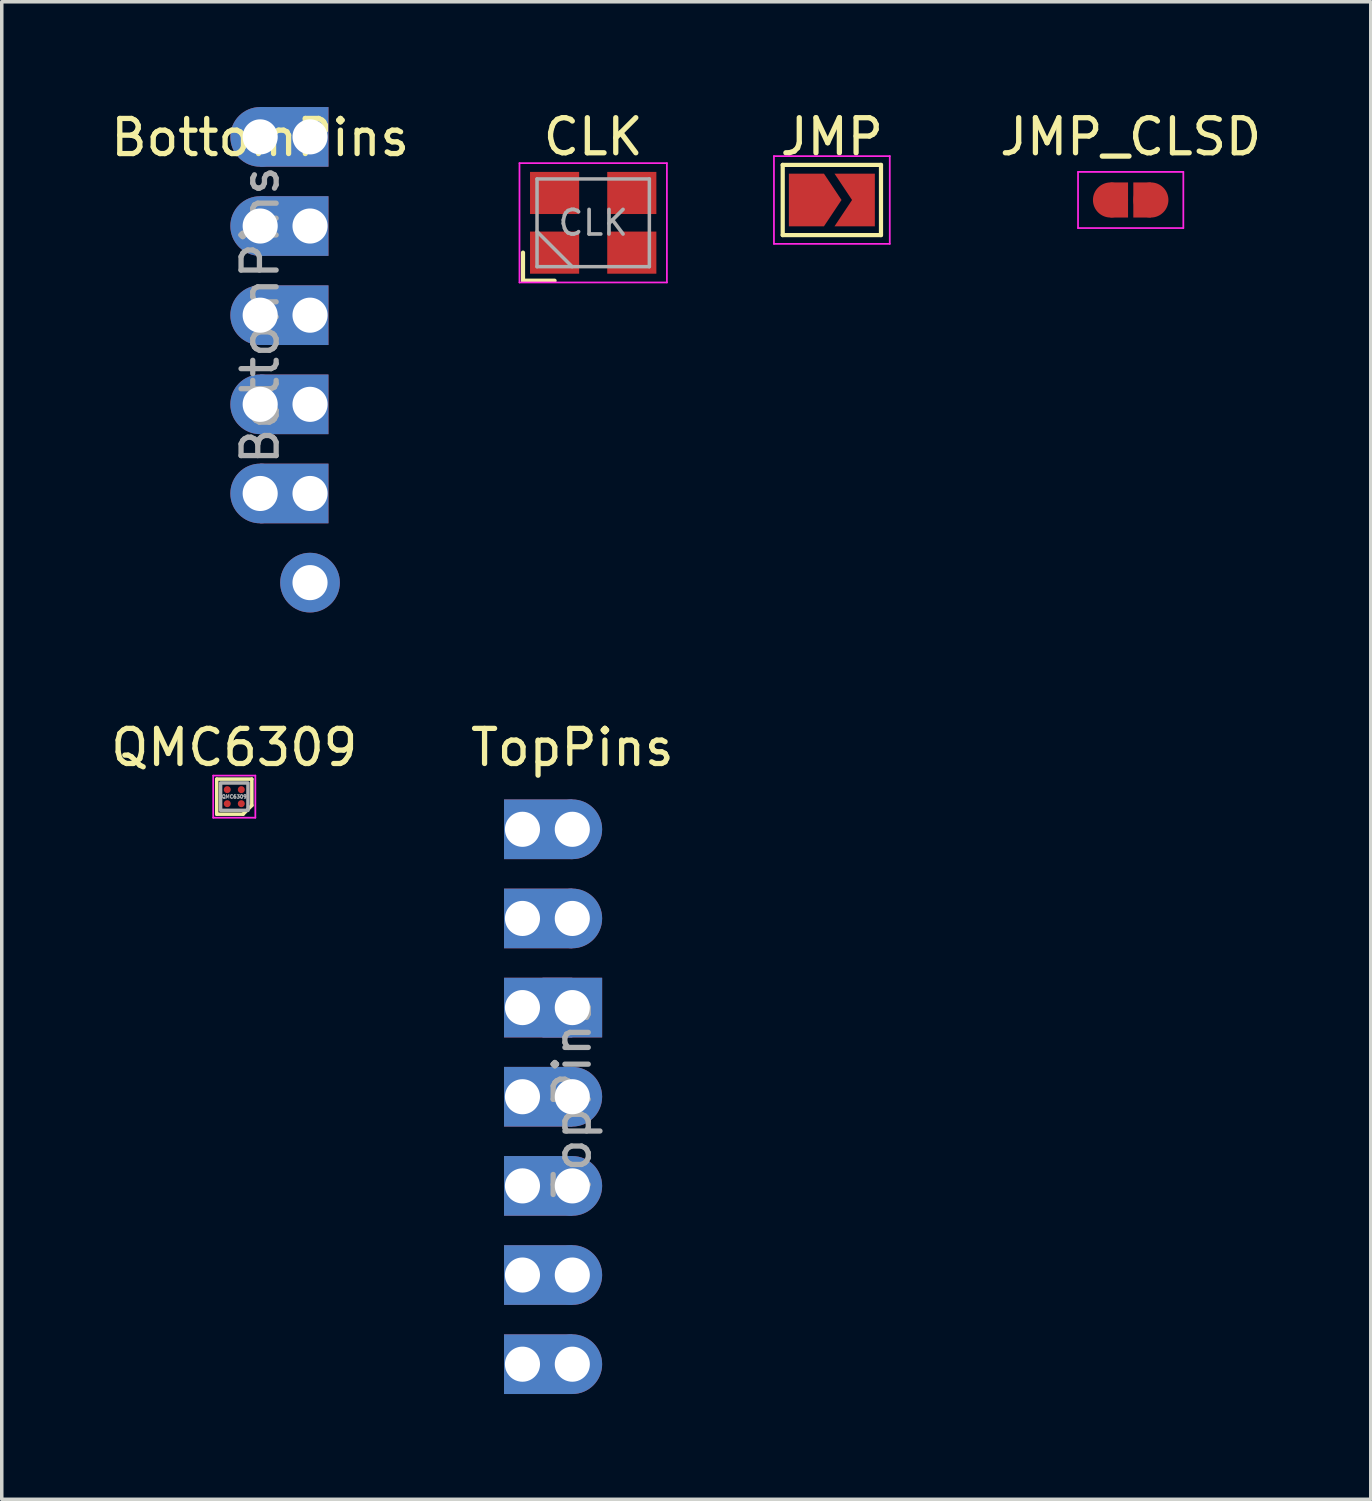
<source format=kicad_pcb>
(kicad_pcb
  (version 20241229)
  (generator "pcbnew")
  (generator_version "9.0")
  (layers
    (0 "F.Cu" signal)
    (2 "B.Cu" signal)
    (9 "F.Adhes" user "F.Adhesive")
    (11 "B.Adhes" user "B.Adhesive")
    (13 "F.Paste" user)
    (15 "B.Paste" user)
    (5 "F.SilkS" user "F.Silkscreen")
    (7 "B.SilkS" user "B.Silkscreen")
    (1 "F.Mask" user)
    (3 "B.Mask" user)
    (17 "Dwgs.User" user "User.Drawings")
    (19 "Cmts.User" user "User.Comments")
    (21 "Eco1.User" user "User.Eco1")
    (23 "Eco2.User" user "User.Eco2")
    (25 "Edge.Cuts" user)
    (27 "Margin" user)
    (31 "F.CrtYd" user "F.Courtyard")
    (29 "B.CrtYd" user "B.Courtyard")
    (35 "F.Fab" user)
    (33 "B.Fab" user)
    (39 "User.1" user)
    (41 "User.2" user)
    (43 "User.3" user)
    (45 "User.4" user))
  (footprint "CLK"
    (layer "F.Cu")
    (at 13.851 3.298)
    (property "Reference" "CLK" (at 0 -2.45 0) (layer "F.SilkS") (effects (font (size 1 1) (thickness 0.15))))
    (attr smd)
    (fp_line (start -2 0.85) (end -2 1.65) (stroke (width 0.12) (type solid)) (layer "F.SilkS"))
    (fp_line (start -2 1.65) (end -1.1 1.65) (stroke (width 0.12) (type solid)) (layer "F.SilkS"))
    (fp_line (start -2.1 -1.7) (end -2.1 1.7) (stroke (width 0.05) (type solid)) (layer "F.CrtYd"))
    (fp_line (start -2.1 1.7) (end 2.1 1.7) (stroke (width 0.05) (type solid)) (layer "F.CrtYd"))
    (fp_line (start 2.1 -1.7) (end -2.1 -1.7) (stroke (width 0.05) (type solid)) (layer "F.CrtYd"))
    (fp_line (start 2.1 1.7) (end 2.1 -1.7) (stroke (width 0.05) (type solid)) (layer "F.CrtYd"))
    (fp_line (start -1.6 -1.25) (end -1.6 1.25) (stroke (width 0.1) (type solid)) (layer "F.Fab"))
    (fp_line (start -1.6 0.25) (end -0.6 1.25) (stroke (width 0.1) (type solid)) (layer "F.Fab"))
    (fp_line (start -1.6 1.25) (end 1.6 1.25) (stroke (width 0.1) (type solid)) (layer "F.Fab"))
    (fp_line (start 1.6 -1.25) (end -1.6 -1.25) (stroke (width 0.1) (type solid)) (layer "F.Fab"))
    (fp_line (start 1.6 1.25) (end 1.6 -1.25) (stroke (width 0.1) (type solid)) (layer "F.Fab"))
    (fp_text user "${REFERENCE}" (at 0 0 0) (layer "F.Fab") (effects (font (size 0.7 0.7) (thickness 0.105))))
    (pad "1" smd rect (at -1.1 0.85) (size 1.4 1.2) (layers "F.Cu" "F.Mask" "F.Paste"))
    (pad "2" smd rect (at 1.1 0.85) (size 1.4 1.2) (layers "F.Cu" "F.Mask" "F.Paste"))
    (pad "3" smd rect (at 1.1 -0.85) (size 1.4 1.2) (layers "F.Cu" "F.Mask" "F.Paste"))
    (pad "4" smd rect (at -1.1 -0.85) (size 1.4 1.2) (layers "F.Cu" "F.Mask" "F.Paste")))
  (footprint "BottomPins"
    (layer "F.Cu")
    (at 4.363 0.85)
    (property "Reference" "BottomPins" (at 0 0.02 180) (layer "F.SilkS") (effects (font (size 1 1) (thickness 0.15))))
    (attr through_hole exclude_from_pos_files)
    (fp_text user "${REFERENCE}" (at 0 5.08 90) (layer "F.Fab") (effects (font (size 1 1) (thickness 0.15))))
    (pad "1" thru_hole circle (at 0 0) (size 1.7 1.7) (drill 1) (layers "*.Cu" "*.Mask"))
    (pad "1" thru_hole rect (at 1.42 0) (size 1.945 1.7) (drill 1 (offset -0.447 0)) (layers "*.Cu" "*.Mask"))
    (pad "2" thru_hole oval (at 0 2.54) (size 1.7 1.7) (drill 1) (layers "*.Cu" "*.Mask"))
    (pad "2" thru_hole rect (at 1.42 2.54) (size 1.945 1.7) (drill 1 (offset -0.447 0)) (layers "*.Cu" "*.Mask"))
    (pad "3" thru_hole oval (at 0 5.08) (size 1.7 1.7) (drill 1) (layers "*.Cu" "*.Mask"))
    (pad "3" thru_hole rect (at 1.42 5.08) (size 1.945 1.7) (drill 1 (offset -0.447 0)) (layers "*.Cu" "*.Mask"))
    (pad "4" thru_hole oval (at 0 7.62) (size 1.7 1.7) (drill 1) (layers "*.Cu" "*.Mask"))
    (pad "4" thru_hole rect (at 1.42 7.62) (size 1.945 1.7) (drill 1 (offset -0.447 0)) (layers "*.Cu" "*.Mask"))
    (pad "5" thru_hole oval (at 0 10.16) (size 1.7 1.7) (drill 1) (layers "*.Cu" "*.Mask"))
    (pad "5" thru_hole rect (at 1.42 10.16) (size 1.945 1.7) (drill 1 (offset -0.447 0)) (layers "*.Cu" "*.Mask"))
    (pad "6" thru_hole oval (at 1.42 12.7) (size 1.7 1.7) (drill 1) (layers "*.Cu" "*.Mask")))
  (footprint "JMP_CLSD"
    (layer "F.Cu")
    (at 29.165 2.648)
    (property "Reference" "JMP_CLSD" (at 0 -1.8 0) (layer "F.SilkS") (effects (font (size 1 1) (thickness 0.15))))
    (attr exclude_from_pos_files exclude_from_bom allow_soldermask_bridges)
    (fp_line (start -1.5 -0.8) (end -1.5 0.8) (stroke (width 0.05) (type solid)) (layer "F.CrtYd"))
    (fp_line (start -1.5 -0.8) (end 1.5 -0.8) (stroke (width 0.05) (type solid)) (layer "F.CrtYd"))
    (fp_line (start 1.5 0.8) (end -1.5 0.8) (stroke (width 0.05) (type solid)) (layer "F.CrtYd"))
    (fp_line (start 1.5 0.8) (end 1.5 -0.8) (stroke (width 0.05) (type solid)) (layer "F.CrtYd"))
    (pad "1" smd oval (at -0.575 0) (size 1 1) (layers "F.Cu" "F.Mask"))
    (pad "1" smd rect (at -0.325 0) (size 0.5 1) (layers "F.Cu" "F.Mask"))
    (pad "2" smd rect (at 0.325 0) (size 0.5 1) (layers "F.Cu" "F.Mask"))
    (pad "2" smd oval (at 0.575 0) (size 1 1) (layers "F.Cu" "F.Mask")))
  (footprint "QMC6309"
    (layer "F.Cu")
    (at 3.625 19.648)
    (property "Reference" "QMC6309" (at 0 -1.4 0) (layer "F.SilkS") (effects (font (size 1 1) (thickness 0.15))))
    (attr smd)
    (fp_line (start -0.5 -0.5) (end 0.5 -0.5) (stroke (width 0.1) (type default)) (layer "F.SilkS"))
    (fp_line (start -0.5 0.5) (end -0.5 -0.5) (stroke (width 0.1) (type default)) (layer "F.SilkS"))
    (fp_line (start 0.25 0.5) (end -0.5 0.5) (stroke (width 0.1) (type default)) (layer "F.SilkS"))
    (fp_line (start 0.5 -0.5) (end 0.5 0.25) (stroke (width 0.1) (type default)) (layer "F.SilkS"))
    (fp_line (start 0.5 0.25) (end 0.25 0.5) (stroke (width 0.1) (type default)) (layer "F.SilkS"))
    (fp_line (start -0.6 -0.6) (end 0.6 -0.6) (stroke (width 0.05) (type default)) (layer "F.CrtYd"))
    (fp_line (start -0.6 0.6) (end -0.6 -0.6) (stroke (width 0.05) (type default)) (layer "F.CrtYd"))
    (fp_line (start 0.6 -0.6) (end 0.6 0.6) (stroke (width 0.05) (type default)) (layer "F.CrtYd"))
    (fp_line (start 0.6 0.6) (end -0.6 0.6) (stroke (width 0.05) (type default)) (layer "F.CrtYd"))
    (fp_rect (start -0.39 -0.39) (end 0.39 0.39) (stroke (width 0.1) (type default)) (fill no) (layer "F.Fab"))
    (fp_text user "${REFERENCE}" (at 0 0 0) (layer "F.Fab") (effects (font (size 0.1 0.1) (thickness 0.025))))
    (pad "A1" smd circle (at 0.2 0.2) (size 0.2 0.2) (layers "F.Cu" "F.Mask" "F.Paste"))
    (pad "A2" smd circle (at -0.2 0.2) (size 0.2 0.2) (layers "F.Cu" "F.Mask" "F.Paste"))
    (pad "B1" smd circle (at 0.2 -0.2) (size 0.2 0.2) (layers "F.Cu" "F.Mask" "F.Paste"))
    (pad "B2" smd circle (at -0.2 -0.2) (size 0.2 0.2) (layers "F.Cu" "F.Mask" "F.Paste"))
    (zone (net_name "") (layer "F.Cu") (hatch edge 0.5) (connect_pads) (min_thickness 0.25) (filled_areas_thickness no) (keepout (tracks allowed) (vias allowed) (pads allowed) (copperpour not_allowed) (footprints allowed)) (placement (enabled no)) (fill) (polygon (pts (xy 3.075 19.098) (xy 4.175 19.098) (xy 4.175 20.198) (xy 3.075 20.198)))))
  (footprint "TopPins"
    (layer "F.Cu")
    (at 13.256 20.578)
    (property "Reference" "TopPins" (at 0 -2.33 180) (layer "F.SilkS") (effects (font (size 1 1) (thickness 0.15))))
    (attr through_hole exclude_from_pos_files)
    (fp_text user "${REFERENCE}" (at 0 7.62 90) (layer "F.Fab") (effects (font (size 1 1) (thickness 0.15))))
    (pad "1" thru_hole rect (at -1.42 0) (size 1.945 1.7) (drill 1 (offset 0.447 0)) (layers "*.Cu" "*.Mask"))
    (pad "1" thru_hole circle (at 0 0) (size 1.7 1.7) (drill 1) (layers "*.Cu" "*.Mask"))
    (pad "2" thru_hole rect (at -1.42 2.54) (size 1.945 1.7) (drill 1 (offset 0.447 0)) (layers "*.Cu" "*.Mask"))
    (pad "2" thru_hole oval (at 0 2.54) (size 1.7 1.7) (drill 1) (layers "*.Cu" "*.Mask"))
    (pad "3" thru_hole rect (at -1.42 5.08) (size 1.945 1.7) (drill 1 (offset 0.447 0)) (layers "*.Cu" "*.Mask"))
    (pad "3" thru_hole rect (at 0 5.08) (size 1.7 1.7) (drill 1) (layers "*.Cu" "*.Mask"))
    (pad "4" thru_hole rect (at -1.42 7.62) (size 1.945 1.7) (drill 1 (offset 0.447 0)) (layers "*.Cu" "*.Mask"))
    (pad "4" thru_hole oval (at 0 7.62) (size 1.7 1.7) (drill 1) (layers "*.Cu" "*.Mask"))
    (pad "5" thru_hole rect (at -1.42 10.16) (size 1.945 1.7) (drill 1 (offset 0.447 0)) (layers "*.Cu" "*.Mask"))
    (pad "5" thru_hole oval (at 0 10.16) (size 1.7 1.7) (drill 1) (layers "*.Cu" "*.Mask"))
    (pad "6" thru_hole rect (at -1.42 12.7) (size 1.945 1.7) (drill 1 (offset 0.447 0)) (layers "*.Cu" "*.Mask"))
    (pad "6" thru_hole oval (at 0 12.7) (size 1.7 1.7) (drill 1) (layers "*.Cu" "*.Mask"))
    (pad "7" thru_hole rect (at -1.42 15.24) (size 1.945 1.7) (drill 1 (offset 0.447 0)) (layers "*.Cu" "*.Mask"))
    (pad "7" thru_hole oval (at 0 15.24) (size 1.7 1.7) (drill 1) (layers "*.Cu" "*.Mask")))
  (footprint "JMP"
    (layer "F.Cu")
    (at 20.651 2.648)
    (property "Reference" "JMP" (at 0 -1.8 180) (layer "F.SilkS") (effects (font (size 1 1) (thickness 0.15))))
    (attr exclude_from_pos_files exclude_from_bom)
    (fp_line (start -1.4 -1) (end 1.4 -1) (stroke (width 0.12) (type solid)) (layer "F.SilkS"))
    (fp_line (start -1.4 1) (end -1.4 -1) (stroke (width 0.12) (type solid)) (layer "F.SilkS"))
    (fp_line (start 1.4 -1) (end 1.4 1) (stroke (width 0.12) (type solid)) (layer "F.SilkS"))
    (fp_line (start 1.4 1) (end -1.4 1) (stroke (width 0.12) (type solid)) (layer "F.SilkS"))
    (fp_line (start -1.65 -1.25) (end -1.65 1.25) (stroke (width 0.05) (type solid)) (layer "F.CrtYd"))
    (fp_line (start -1.65 -1.25) (end 1.65 -1.25) (stroke (width 0.05) (type solid)) (layer "F.CrtYd"))
    (fp_line (start 1.65 1.25) (end -1.65 1.25) (stroke (width 0.05) (type solid)) (layer "F.CrtYd"))
    (fp_line (start 1.65 1.25) (end 1.65 -1.25) (stroke (width 0.05) (type solid)) (layer "F.CrtYd"))
    (pad "1" smd custom (at -0.725 0) (size 0.3 0.3) (layers "F.Cu" "F.Mask") (options (anchor rect)) (primitives (gr_poly (pts (xy 1 0) (xy 0.5 0.75) (xy -0.5 0.75) (xy -0.5 -0.75) (xy 0.5 -0.75)) (width 0) (fill yes))))
    (pad "2" smd custom (at 0.725 0) (size 0.3 0.3) (layers "F.Cu" "F.Mask") (options (anchor rect)) (primitives (gr_poly (pts (xy 0.5 0.75) (xy -0.65 0.75) (xy -0.15 0) (xy -0.65 -0.75) (xy 0.5 -0.75)) (width 0) (fill yes)))))
  (gr_rect
    (start -3 -3)
    (end 36.005 39.668)
    (stroke (width 0.1) (type default))
    (fill no)
    (layer "Edge.Cuts")))
</source>
